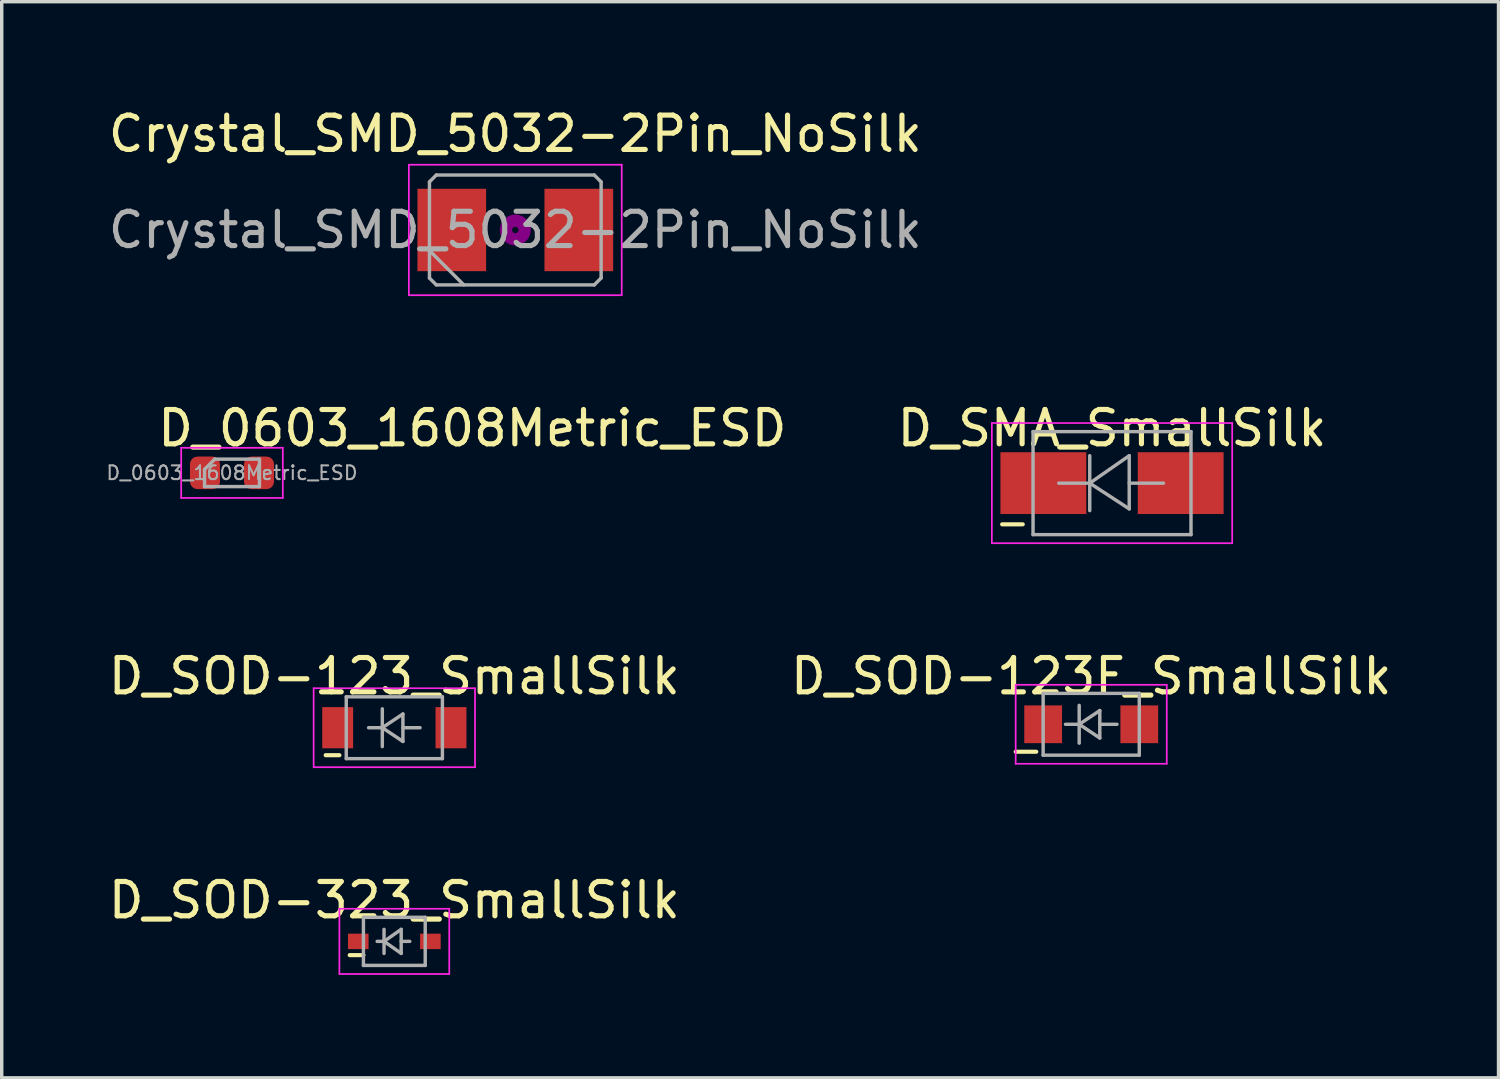
<source format=kicad_pcb>
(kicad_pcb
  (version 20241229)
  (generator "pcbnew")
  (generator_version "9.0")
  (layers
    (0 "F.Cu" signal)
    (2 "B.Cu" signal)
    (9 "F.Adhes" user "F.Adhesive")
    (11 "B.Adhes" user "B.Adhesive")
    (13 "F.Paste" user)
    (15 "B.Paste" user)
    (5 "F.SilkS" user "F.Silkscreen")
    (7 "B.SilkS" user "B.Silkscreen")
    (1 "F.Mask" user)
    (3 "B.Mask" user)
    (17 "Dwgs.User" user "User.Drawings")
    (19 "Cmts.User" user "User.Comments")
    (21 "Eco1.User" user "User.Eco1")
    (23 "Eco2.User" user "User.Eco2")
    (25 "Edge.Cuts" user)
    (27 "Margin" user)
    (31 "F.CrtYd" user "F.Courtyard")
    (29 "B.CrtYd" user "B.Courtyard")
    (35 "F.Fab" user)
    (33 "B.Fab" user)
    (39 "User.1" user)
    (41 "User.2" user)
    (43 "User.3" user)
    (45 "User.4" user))
  (footprint "D_SOD-123F_SmallSilk"
    (layer "F.Cu")
    (at 28.732 18.045)
    (property "Reference" "D_SOD-123F_SmallSilk" (at 0 -1.4 0) (layer "F.SilkS") (effects (font (size 1 1) (thickness 0.15))))
    (attr smd)
    (fp_line (start -2.2 0.8) (end -1.6 0.8) (stroke (width 0.12) (type solid)) (layer "F.SilkS"))
    (fp_line (start -2.2 -1.15) (end -2.2 1.15) (stroke (width 0.05) (type solid)) (layer "F.CrtYd"))
    (fp_line (start -2.2 -1.15) (end 2.2 -1.15) (stroke (width 0.05) (type solid)) (layer "F.CrtYd"))
    (fp_line (start 2.2 -1.15) (end 2.2 1.15) (stroke (width 0.05) (type solid)) (layer "F.CrtYd"))
    (fp_line (start 2.2 1.15) (end -2.2 1.15) (stroke (width 0.05) (type solid)) (layer "F.CrtYd"))
    (fp_line (start -1.4 -0.9) (end 1.4 -0.9) (stroke (width 0.1) (type solid)) (layer "F.Fab"))
    (fp_line (start -1.4 0.9) (end -1.4 -0.9) (stroke (width 0.1) (type solid)) (layer "F.Fab"))
    (fp_line (start -0.75 0) (end -0.35 0) (stroke (width 0.1) (type solid)) (layer "F.Fab"))
    (fp_line (start -0.35 0) (end -0.35 -0.55) (stroke (width 0.1) (type solid)) (layer "F.Fab"))
    (fp_line (start -0.35 0) (end -0.35 0.55) (stroke (width 0.1) (type solid)) (layer "F.Fab"))
    (fp_line (start -0.35 0) (end 0.25 -0.4) (stroke (width 0.1) (type solid)) (layer "F.Fab"))
    (fp_line (start 0.25 -0.4) (end 0.25 0.4) (stroke (width 0.1) (type solid)) (layer "F.Fab"))
    (fp_line (start 0.25 0) (end 0.75 0) (stroke (width 0.1) (type solid)) (layer "F.Fab"))
    (fp_line (start 0.25 0.4) (end -0.35 0) (stroke (width 0.1) (type solid)) (layer "F.Fab"))
    (fp_line (start 1.4 -0.9) (end 1.4 0.9) (stroke (width 0.1) (type solid)) (layer "F.Fab"))
    (fp_line (start 1.4 0.9) (end -1.4 0.9) (stroke (width 0.1) (type solid)) (layer "F.Fab"))
    (pad "1" smd rect (at -1.4 0) (size 1.1 1.1) (layers "F.Cu" "F.Mask" "F.Paste"))
    (pad "2" smd rect (at 1.4 0) (size 1.1 1.1) (layers "F.Cu" "F.Mask" "F.Paste")))
  (footprint "D_SOD-123_SmallSilk"
    (layer "F.Cu")
    (at 8.435 18.145)
    (property "Reference" "D_SOD-123_SmallSilk" (at 0 -1.5 0) (layer "F.SilkS") (effects (font (size 1 1) (thickness 0.15))))
    (attr smd)
    (fp_line (start -2 0.8) (end -1.6 0.8) (stroke (width 0.12) (type solid)) (layer "F.SilkS"))
    (fp_line (start -2.35 -1.15) (end -2.35 1.15) (stroke (width 0.05) (type solid)) (layer "F.CrtYd"))
    (fp_line (start -2.35 -1.15) (end 2.35 -1.15) (stroke (width 0.05) (type solid)) (layer "F.CrtYd"))
    (fp_line (start 2.35 -1.15) (end 2.35 1.15) (stroke (width 0.05) (type solid)) (layer "F.CrtYd"))
    (fp_line (start 2.35 1.15) (end -2.35 1.15) (stroke (width 0.05) (type solid)) (layer "F.CrtYd"))
    (fp_line (start -1.4 -0.9) (end 1.4 -0.9) (stroke (width 0.1) (type solid)) (layer "F.Fab"))
    (fp_line (start -1.4 0.9) (end -1.4 -0.9) (stroke (width 0.1) (type solid)) (layer "F.Fab"))
    (fp_line (start -0.75 0) (end -0.35 0) (stroke (width 0.1) (type solid)) (layer "F.Fab"))
    (fp_line (start -0.35 0) (end -0.35 -0.55) (stroke (width 0.1) (type solid)) (layer "F.Fab"))
    (fp_line (start -0.35 0) (end -0.35 0.55) (stroke (width 0.1) (type solid)) (layer "F.Fab"))
    (fp_line (start -0.35 0) (end 0.25 -0.4) (stroke (width 0.1) (type solid)) (layer "F.Fab"))
    (fp_line (start 0.25 -0.4) (end 0.25 0.4) (stroke (width 0.1) (type solid)) (layer "F.Fab"))
    (fp_line (start 0.25 0) (end 0.75 0) (stroke (width 0.1) (type solid)) (layer "F.Fab"))
    (fp_line (start 0.25 0.4) (end -0.35 0) (stroke (width 0.1) (type solid)) (layer "F.Fab"))
    (fp_line (start 1.4 -0.9) (end 1.4 0.9) (stroke (width 0.1) (type solid)) (layer "F.Fab"))
    (fp_line (start 1.4 0.9) (end -1.4 0.9) (stroke (width 0.1) (type solid)) (layer "F.Fab"))
    (pad "1" smd rect (at -1.65 0) (size 0.9 1.2) (layers "F.Cu" "F.Mask" "F.Paste"))
    (pad "2" smd rect (at 1.65 0) (size 0.9 1.2) (layers "F.Cu" "F.Mask" "F.Paste")))
  (footprint "Crystal_SMD_5032-2Pin_NoSilk"
    (layer "F.Cu")
    (at 11.958 3.648)
    (property "Reference" "Crystal_SMD_5032-2Pin_NoSilk" (at 0 -2.8 0) (layer "F.SilkS") (effects (font (size 1 1) (thickness 0.15))))
    (attr smd)
    (fp_circle (center 0 0) (end 0.093 0) (stroke (width 0.187) (type solid)) (fill no) (layer "F.Adhes"))
    (fp_circle (center 0 0) (end 0.213 0) (stroke (width 0.133) (type solid)) (fill no) (layer "F.Adhes"))
    (fp_circle (center 0 0) (end 0.333 0) (stroke (width 0.133) (type solid)) (fill no) (layer "F.Adhes"))
    (fp_circle (center 0 0) (end 0.4 0) (stroke (width 0.1) (type solid)) (fill no) (layer "F.Adhes"))
    (fp_line (start -3.1 -1.9) (end -3.1 1.9) (stroke (width 0.05) (type solid)) (layer "F.CrtYd"))
    (fp_line (start -3.1 1.9) (end 3.1 1.9) (stroke (width 0.05) (type solid)) (layer "F.CrtYd"))
    (fp_line (start 3.1 -1.9) (end -3.1 -1.9) (stroke (width 0.05) (type solid)) (layer "F.CrtYd"))
    (fp_line (start 3.1 1.9) (end 3.1 -1.9) (stroke (width 0.05) (type solid)) (layer "F.CrtYd"))
    (fp_line (start -2.5 -1.4) (end -2.3 -1.6) (stroke (width 0.1) (type solid)) (layer "F.Fab"))
    (fp_line (start -2.5 0.6) (end -1.5 1.6) (stroke (width 0.1) (type solid)) (layer "F.Fab"))
    (fp_line (start -2.5 1.4) (end -2.5 -1.4) (stroke (width 0.1) (type solid)) (layer "F.Fab"))
    (fp_line (start -2.3 -1.6) (end 2.3 -1.6) (stroke (width 0.1) (type solid)) (layer "F.Fab"))
    (fp_line (start -2.3 1.6) (end -2.5 1.4) (stroke (width 0.1) (type solid)) (layer "F.Fab"))
    (fp_line (start 2.3 -1.6) (end 2.5 -1.4) (stroke (width 0.1) (type solid)) (layer "F.Fab"))
    (fp_line (start 2.3 1.6) (end -2.3 1.6) (stroke (width 0.1) (type solid)) (layer "F.Fab"))
    (fp_line (start 2.5 -1.4) (end 2.5 1.4) (stroke (width 0.1) (type solid)) (layer "F.Fab"))
    (fp_line (start 2.5 1.4) (end 2.3 1.6) (stroke (width 0.1) (type solid)) (layer "F.Fab"))
    (fp_text user "${REFERENCE}" (at 0 0 0) (layer "F.Fab") (effects (font (size 1 1) (thickness 0.15))))
    (pad "1" smd rect (at -1.85 0) (size 2 2.4) (layers "F.Cu" "F.Mask" "F.Paste"))
    (pad "2" smd rect (at 1.85 0) (size 2 2.4) (layers "F.Cu" "F.Mask" "F.Paste")))
  (footprint "D_SOD-323_SmallSilk"
    (layer "F.Cu")
    (at 8.435 24.368)
    (property "Reference" "D_SOD-323_SmallSilk" (at 0 -1.2 0) (layer "F.SilkS") (effects (font (size 1 1) (thickness 0.15))))
    (attr smd)
    (fp_line (start -1.3 0.4) (end -0.9 0.4) (stroke (width 0.12) (type solid)) (layer "F.SilkS"))
    (fp_line (start -1.6 -0.95) (end -1.6 0.95) (stroke (width 0.05) (type solid)) (layer "F.CrtYd"))
    (fp_line (start -1.6 -0.95) (end 1.6 -0.95) (stroke (width 0.05) (type solid)) (layer "F.CrtYd"))
    (fp_line (start -1.6 0.95) (end 1.6 0.95) (stroke (width 0.05) (type solid)) (layer "F.CrtYd"))
    (fp_line (start 1.6 -0.95) (end 1.6 0.95) (stroke (width 0.05) (type solid)) (layer "F.CrtYd"))
    (fp_line (start -0.9 -0.7) (end 0.9 -0.7) (stroke (width 0.1) (type solid)) (layer "F.Fab"))
    (fp_line (start -0.9 0.7) (end -0.9 -0.7) (stroke (width 0.1) (type solid)) (layer "F.Fab"))
    (fp_line (start -0.3 -0.35) (end -0.3 0.35) (stroke (width 0.1) (type solid)) (layer "F.Fab"))
    (fp_line (start -0.3 0) (end -0.5 0) (stroke (width 0.1) (type solid)) (layer "F.Fab"))
    (fp_line (start -0.3 0) (end 0.2 -0.35) (stroke (width 0.1) (type solid)) (layer "F.Fab"))
    (fp_line (start 0.2 -0.35) (end 0.2 0.35) (stroke (width 0.1) (type solid)) (layer "F.Fab"))
    (fp_line (start 0.2 0) (end 0.45 0) (stroke (width 0.1) (type solid)) (layer "F.Fab"))
    (fp_line (start 0.2 0.35) (end -0.3 0) (stroke (width 0.1) (type solid)) (layer "F.Fab"))
    (fp_line (start 0.9 -0.7) (end 0.9 0.7) (stroke (width 0.1) (type solid)) (layer "F.Fab"))
    (fp_line (start 0.9 0.7) (end -0.9 0.7) (stroke (width 0.1) (type solid)) (layer "F.Fab"))
    (pad "1" smd rect (at -1.05 0) (size 0.6 0.45) (layers "F.Cu" "F.Mask" "F.Paste"))
    (pad "2" smd rect (at 1.05 0) (size 0.6 0.45) (layers "F.Cu" "F.Mask" "F.Paste")))
  (footprint "D_SMA_SmallSilk"
    (layer "F.Cu")
    (at 29.338 11.021)
    (property "Reference" "D_SMA_SmallSilk" (at 0 -1.6 0) (layer "F.SilkS") (effects (font (size 1 1) (thickness 0.15))))
    (attr smd)
    (fp_line (start -3.2 1.2) (end -2.6 1.2) (stroke (width 0.12) (type solid)) (layer "F.SilkS"))
    (fp_line (start -3.5 -1.75) (end 3.5 -1.75) (stroke (width 0.05) (type solid)) (layer "F.CrtYd"))
    (fp_line (start -3.5 1.75) (end -3.5 -1.75) (stroke (width 0.05) (type solid)) (layer "F.CrtYd"))
    (fp_line (start 3.5 -1.75) (end 3.5 1.75) (stroke (width 0.05) (type solid)) (layer "F.CrtYd"))
    (fp_line (start 3.5 1.75) (end -3.5 1.75) (stroke (width 0.05) (type solid)) (layer "F.CrtYd"))
    (fp_line (start -2.3 1.5) (end -2.3 -1.5) (stroke (width 0.1) (type solid)) (layer "F.Fab"))
    (fp_line (start -0.649 -0.799) (end -0.649 0.801) (stroke (width 0.1) (type solid)) (layer "F.Fab"))
    (fp_line (start -0.649 0.001) (end -1.551 0.001) (stroke (width 0.1) (type solid)) (layer "F.Fab"))
    (fp_line (start -0.649 0.001) (end 0.501 -0.799) (stroke (width 0.1) (type solid)) (layer "F.Fab"))
    (fp_line (start -0.649 0.001) (end 0.501 0.75) (stroke (width 0.1) (type solid)) (layer "F.Fab"))
    (fp_line (start 0.501 0.001) (end 1.499 0.001) (stroke (width 0.1) (type solid)) (layer "F.Fab"))
    (fp_line (start 0.501 0.75) (end 0.501 -0.799) (stroke (width 0.1) (type solid)) (layer "F.Fab"))
    (fp_line (start 2.3 -1.5) (end -2.3 -1.5) (stroke (width 0.1) (type solid)) (layer "F.Fab"))
    (fp_line (start 2.3 -1.5) (end 2.3 1.5) (stroke (width 0.1) (type solid)) (layer "F.Fab"))
    (fp_line (start 2.3 1.5) (end -2.3 1.5) (stroke (width 0.1) (type solid)) (layer "F.Fab"))
    (pad "1" smd rect (at -2 0) (size 2.5 1.8) (layers "F.Cu" "F.Mask" "F.Paste"))
    (pad "2" smd rect (at 2 0) (size 2.5 1.8) (layers "F.Cu" "F.Mask" "F.Paste")))
  (footprint "D_0603_1608Metric_ESD"
    (layer "F.Cu")
    (at 3.707 10.722)
    (property "Reference" "D_0603_1608Metric_ESD" (at 7 -1.3 0) (layer "F.SilkS") (effects (font (size 1 1) (thickness 0.15))))
    (attr smd)
    (fp_line (start -1.48 -0.73) (end 1.48 -0.73) (stroke (width 0.05) (type solid)) (layer "F.CrtYd"))
    (fp_line (start -1.48 0.73) (end -1.48 -0.73) (stroke (width 0.05) (type solid)) (layer "F.CrtYd"))
    (fp_line (start 1.48 -0.73) (end 1.48 0.73) (stroke (width 0.05) (type solid)) (layer "F.CrtYd"))
    (fp_line (start 1.48 0.73) (end -1.48 0.73) (stroke (width 0.05) (type solid)) (layer "F.CrtYd"))
    (fp_line (start -0.8 -0.1) (end -0.8 0.4) (stroke (width 0.1) (type solid)) (layer "F.Fab"))
    (fp_line (start -0.8 0.4) (end 0.8 0.4) (stroke (width 0.1) (type solid)) (layer "F.Fab"))
    (fp_line (start -0.5 -0.4) (end -0.8 -0.1) (stroke (width 0.1) (type solid)) (layer "F.Fab"))
    (fp_line (start 0.8 -0.4) (end -0.5 -0.4) (stroke (width 0.1) (type solid)) (layer "F.Fab"))
    (fp_line (start 0.8 0.4) (end 0.8 -0.4) (stroke (width 0.1) (type solid)) (layer "F.Fab"))
    (fp_text user "${REFERENCE}" (at 0 0 0) (layer "F.Fab") (effects (font (size 0.4 0.4) (thickness 0.06))))
    (pad "1" smd roundrect (at -0.787 0) (size 0.875 0.95) (layers "F.Cu" "F.Mask" "F.Paste") (roundrect_rratio 0.25))
    (pad "2" smd roundrect (at 0.787 0) (size 0.875 0.95) (layers "F.Cu" "F.Mask" "F.Paste") (roundrect_rratio 0.25)))
  (gr_rect
    (start -3 -3)
    (end 40.595 28.343)
    (stroke (width 0.1) (type default))
    (fill no)
    (layer "Edge.Cuts")))
</source>
